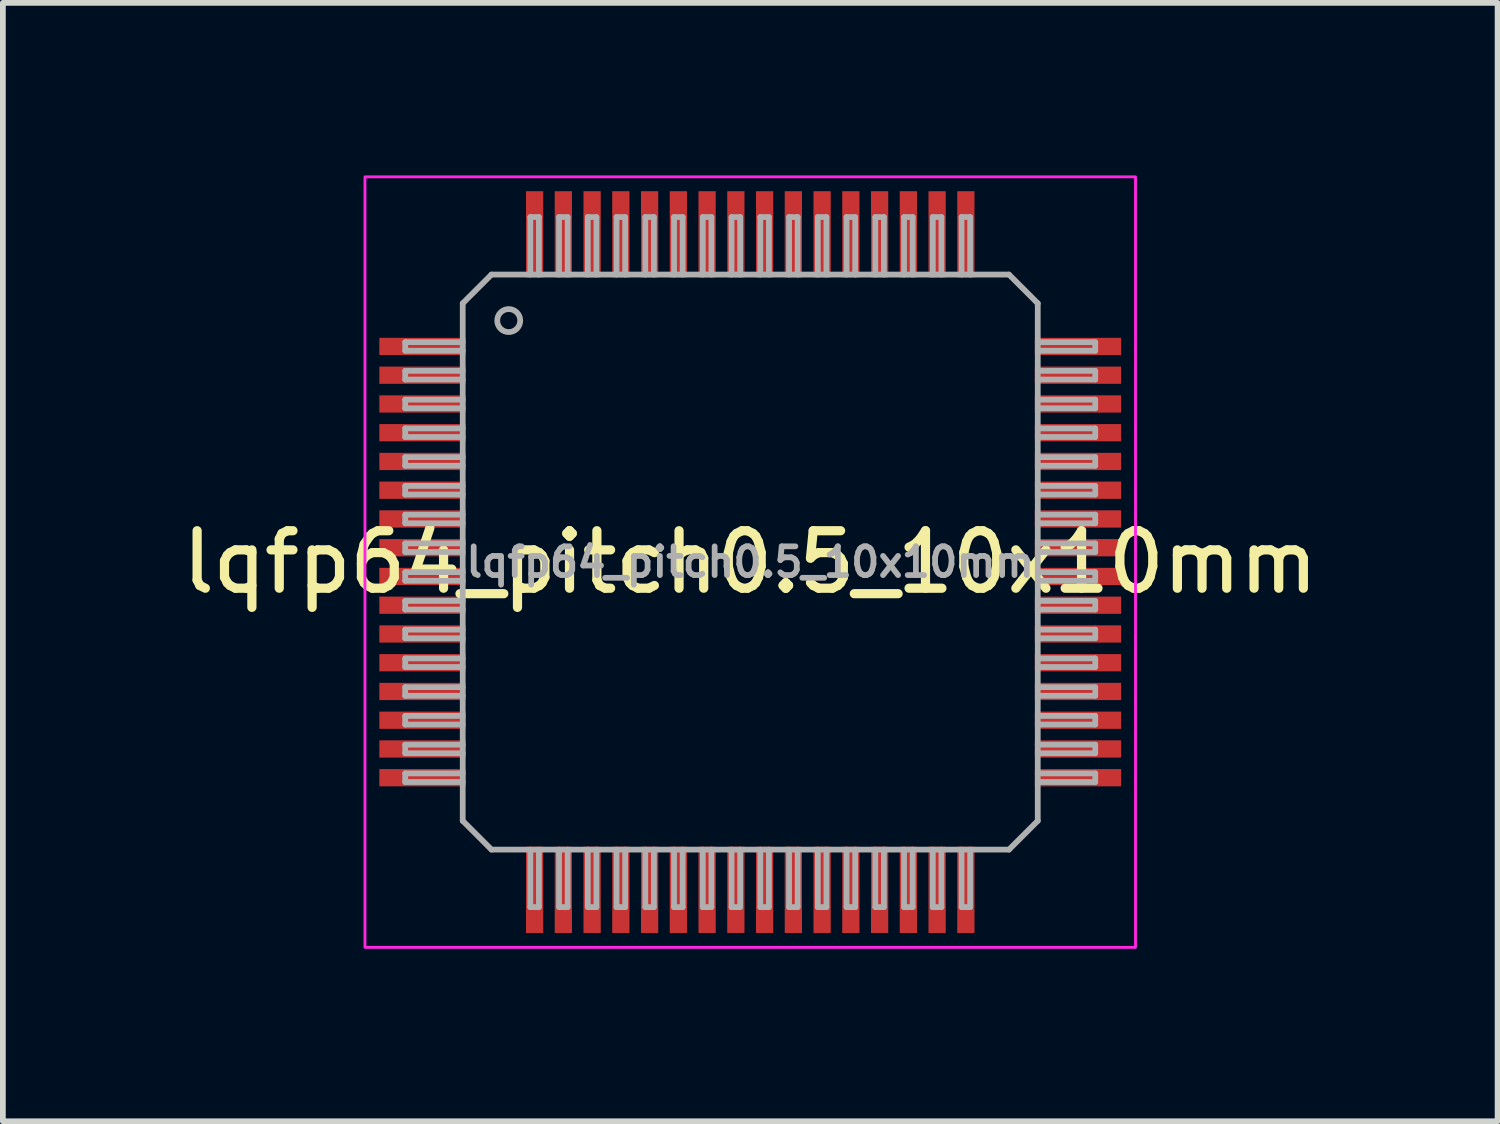
<source format=kicad_pcb>
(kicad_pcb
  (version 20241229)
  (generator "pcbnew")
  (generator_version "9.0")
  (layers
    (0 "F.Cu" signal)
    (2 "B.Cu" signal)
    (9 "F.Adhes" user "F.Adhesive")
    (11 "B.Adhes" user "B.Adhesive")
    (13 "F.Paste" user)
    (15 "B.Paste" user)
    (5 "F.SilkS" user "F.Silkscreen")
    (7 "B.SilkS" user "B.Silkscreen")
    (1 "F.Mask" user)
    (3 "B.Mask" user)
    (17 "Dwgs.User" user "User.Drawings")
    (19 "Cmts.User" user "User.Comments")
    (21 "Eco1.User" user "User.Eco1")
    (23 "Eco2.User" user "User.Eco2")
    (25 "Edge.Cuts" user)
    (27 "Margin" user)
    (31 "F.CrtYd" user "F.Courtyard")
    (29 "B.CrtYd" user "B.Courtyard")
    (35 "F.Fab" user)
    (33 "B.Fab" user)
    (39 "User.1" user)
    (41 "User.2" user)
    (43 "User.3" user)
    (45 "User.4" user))
  (footprint "lqfp64_pitch0.5_10x10mm"
    (layer "F.Cu")
    (at 9.997 6.725)
    (property "Reference" "lqfp64_pitch0.5_10x10mm" (at 0 0 0) (layer "F.SilkS") (effects (font (size 1 1) (thickness 0.16))))
    (attr smd)
    (fp_rect (start -6.5 -3.95) (end -4.9 3.95) (stroke (width 0) (type solid)) (fill yes) (layer "F.Mask"))
    (fp_rect (start -3.95 -6.5) (end 3.95 -4.9) (stroke (width 0) (type solid)) (fill yes) (layer "F.Mask"))
    (fp_rect (start -3.95 4.9) (end 3.95 6.5) (stroke (width 0) (type solid)) (fill yes) (layer "F.Mask"))
    (fp_rect (start 4.9 -3.95) (end 6.5 3.95) (stroke (width 0) (type solid)) (fill yes) (layer "F.Mask"))
    (fp_rect (start -6.7 -6.7) (end 6.7 6.7) (stroke (width 0.05) (type default)) (fill no) (layer "F.CrtYd"))
    (fp_line (start -6 -3.825) (end -6 -3.675) (stroke (width 0.1) (type default)) (layer "F.Fab"))
    (fp_line (start -6 -3.675) (end -5 -3.675) (stroke (width 0.1) (type default)) (layer "F.Fab"))
    (fp_line (start -6 -3.325) (end -6 -3.175) (stroke (width 0.1) (type default)) (layer "F.Fab"))
    (fp_line (start -6 -3.175) (end -5 -3.175) (stroke (width 0.1) (type default)) (layer "F.Fab"))
    (fp_line (start -6 -2.825) (end -6 -2.675) (stroke (width 0.1) (type default)) (layer "F.Fab"))
    (fp_line (start -6 -2.675) (end -5 -2.675) (stroke (width 0.1) (type default)) (layer "F.Fab"))
    (fp_line (start -6 -2.325) (end -6 -2.175) (stroke (width 0.1) (type default)) (layer "F.Fab"))
    (fp_line (start -6 -2.175) (end -5 -2.175) (stroke (width 0.1) (type default)) (layer "F.Fab"))
    (fp_line (start -6 -1.825) (end -6 -1.675) (stroke (width 0.1) (type default)) (layer "F.Fab"))
    (fp_line (start -6 -1.675) (end -5 -1.675) (stroke (width 0.1) (type default)) (layer "F.Fab"))
    (fp_line (start -6 -1.325) (end -6 -1.175) (stroke (width 0.1) (type default)) (layer "F.Fab"))
    (fp_line (start -6 -1.175) (end -5 -1.175) (stroke (width 0.1) (type default)) (layer "F.Fab"))
    (fp_line (start -6 -0.825) (end -6 -0.675) (stroke (width 0.1) (type default)) (layer "F.Fab"))
    (fp_line (start -6 -0.675) (end -5 -0.675) (stroke (width 0.1) (type default)) (layer "F.Fab"))
    (fp_line (start -6 -0.325) (end -6 -0.175) (stroke (width 0.1) (type default)) (layer "F.Fab"))
    (fp_line (start -6 -0.175) (end -5 -0.175) (stroke (width 0.1) (type default)) (layer "F.Fab"))
    (fp_line (start -6 0.175) (end -6 0.325) (stroke (width 0.1) (type default)) (layer "F.Fab"))
    (fp_line (start -6 0.325) (end -5 0.325) (stroke (width 0.1) (type default)) (layer "F.Fab"))
    (fp_line (start -6 0.675) (end -6 0.825) (stroke (width 0.1) (type default)) (layer "F.Fab"))
    (fp_line (start -6 0.825) (end -5 0.825) (stroke (width 0.1) (type default)) (layer "F.Fab"))
    (fp_line (start -6 1.175) (end -6 1.325) (stroke (width 0.1) (type default)) (layer "F.Fab"))
    (fp_line (start -6 1.325) (end -5 1.325) (stroke (width 0.1) (type default)) (layer "F.Fab"))
    (fp_line (start -6 1.675) (end -6 1.825) (stroke (width 0.1) (type default)) (layer "F.Fab"))
    (fp_line (start -6 1.825) (end -5 1.825) (stroke (width 0.1) (type default)) (layer "F.Fab"))
    (fp_line (start -6 2.175) (end -6 2.325) (stroke (width 0.1) (type default)) (layer "F.Fab"))
    (fp_line (start -6 2.325) (end -5 2.325) (stroke (width 0.1) (type default)) (layer "F.Fab"))
    (fp_line (start -6 2.675) (end -6 2.825) (stroke (width 0.1) (type default)) (layer "F.Fab"))
    (fp_line (start -6 2.825) (end -5 2.825) (stroke (width 0.1) (type default)) (layer "F.Fab"))
    (fp_line (start -6 3.175) (end -6 3.325) (stroke (width 0.1) (type default)) (layer "F.Fab"))
    (fp_line (start -6 3.325) (end -5 3.325) (stroke (width 0.1) (type default)) (layer "F.Fab"))
    (fp_line (start -6 3.675) (end -6 3.825) (stroke (width 0.1) (type default)) (layer "F.Fab"))
    (fp_line (start -6 3.825) (end -5 3.825) (stroke (width 0.1) (type default)) (layer "F.Fab"))
    (fp_line (start -5 -4.5) (end -4.5 -5) (stroke (width 0.1) (type default)) (layer "F.Fab"))
    (fp_line (start -5 -3.825) (end -6 -3.825) (stroke (width 0.1) (type default)) (layer "F.Fab"))
    (fp_line (start -5 -3.325) (end -6 -3.325) (stroke (width 0.1) (type default)) (layer "F.Fab"))
    (fp_line (start -5 -2.825) (end -6 -2.825) (stroke (width 0.1) (type default)) (layer "F.Fab"))
    (fp_line (start -5 -2.325) (end -6 -2.325) (stroke (width 0.1) (type default)) (layer "F.Fab"))
    (fp_line (start -5 -1.825) (end -6 -1.825) (stroke (width 0.1) (type default)) (layer "F.Fab"))
    (fp_line (start -5 -1.325) (end -6 -1.325) (stroke (width 0.1) (type default)) (layer "F.Fab"))
    (fp_line (start -5 -0.825) (end -6 -0.825) (stroke (width 0.1) (type default)) (layer "F.Fab"))
    (fp_line (start -5 -0.325) (end -6 -0.325) (stroke (width 0.1) (type default)) (layer "F.Fab"))
    (fp_line (start -5 0.175) (end -6 0.175) (stroke (width 0.1) (type default)) (layer "F.Fab"))
    (fp_line (start -5 0.675) (end -6 0.675) (stroke (width 0.1) (type default)) (layer "F.Fab"))
    (fp_line (start -5 1.175) (end -6 1.175) (stroke (width 0.1) (type default)) (layer "F.Fab"))
    (fp_line (start -5 1.675) (end -6 1.675) (stroke (width 0.1) (type default)) (layer "F.Fab"))
    (fp_line (start -5 2.175) (end -6 2.175) (stroke (width 0.1) (type default)) (layer "F.Fab"))
    (fp_line (start -5 2.675) (end -6 2.675) (stroke (width 0.1) (type default)) (layer "F.Fab"))
    (fp_line (start -5 3.175) (end -6 3.175) (stroke (width 0.1) (type default)) (layer "F.Fab"))
    (fp_line (start -5 3.675) (end -6 3.675) (stroke (width 0.1) (type default)) (layer "F.Fab"))
    (fp_line (start -5 4.5) (end -5 -4.5) (stroke (width 0.1) (type default)) (layer "F.Fab"))
    (fp_line (start -4.5 -5) (end 4.5 -5) (stroke (width 0.1) (type default)) (layer "F.Fab"))
    (fp_line (start -4.5 5) (end -5 4.5) (stroke (width 0.1) (type default)) (layer "F.Fab"))
    (fp_line (start -3.825 -6) (end -3.825 -5) (stroke (width 0.1) (type default)) (layer "F.Fab"))
    (fp_line (start -3.825 5) (end -3.825 6) (stroke (width 0.1) (type default)) (layer "F.Fab"))
    (fp_line (start -3.825 6) (end -3.675 6) (stroke (width 0.1) (type default)) (layer "F.Fab"))
    (fp_line (start -3.675 -6) (end -3.825 -6) (stroke (width 0.1) (type default)) (layer "F.Fab"))
    (fp_line (start -3.675 -5) (end -3.675 -6) (stroke (width 0.1) (type default)) (layer "F.Fab"))
    (fp_line (start -3.675 6) (end -3.675 5) (stroke (width 0.1) (type default)) (layer "F.Fab"))
    (fp_line (start -3.325 -6) (end -3.325 -5) (stroke (width 0.1) (type default)) (layer "F.Fab"))
    (fp_line (start -3.325 5) (end -3.325 6) (stroke (width 0.1) (type default)) (layer "F.Fab"))
    (fp_line (start -3.325 6) (end -3.175 6) (stroke (width 0.1) (type default)) (layer "F.Fab"))
    (fp_line (start -3.175 -6) (end -3.325 -6) (stroke (width 0.1) (type default)) (layer "F.Fab"))
    (fp_line (start -3.175 -5) (end -3.175 -6) (stroke (width 0.1) (type default)) (layer "F.Fab"))
    (fp_line (start -3.175 6) (end -3.175 5) (stroke (width 0.1) (type default)) (layer "F.Fab"))
    (fp_line (start -2.825 -6) (end -2.825 -5) (stroke (width 0.1) (type default)) (layer "F.Fab"))
    (fp_line (start -2.825 5) (end -2.825 6) (stroke (width 0.1) (type default)) (layer "F.Fab"))
    (fp_line (start -2.825 6) (end -2.675 6) (stroke (width 0.1) (type default)) (layer "F.Fab"))
    (fp_line (start -2.675 -6) (end -2.825 -6) (stroke (width 0.1) (type default)) (layer "F.Fab"))
    (fp_line (start -2.675 -5) (end -2.675 -6) (stroke (width 0.1) (type default)) (layer "F.Fab"))
    (fp_line (start -2.675 6) (end -2.675 5) (stroke (width 0.1) (type default)) (layer "F.Fab"))
    (fp_line (start -2.325 -6) (end -2.325 -5) (stroke (width 0.1) (type default)) (layer "F.Fab"))
    (fp_line (start -2.325 5) (end -2.325 6) (stroke (width 0.1) (type default)) (layer "F.Fab"))
    (fp_line (start -2.325 6) (end -2.175 6) (stroke (width 0.1) (type default)) (layer "F.Fab"))
    (fp_line (start -2.175 -6) (end -2.325 -6) (stroke (width 0.1) (type default)) (layer "F.Fab"))
    (fp_line (start -2.175 -5) (end -2.175 -6) (stroke (width 0.1) (type default)) (layer "F.Fab"))
    (fp_line (start -2.175 6) (end -2.175 5) (stroke (width 0.1) (type default)) (layer "F.Fab"))
    (fp_line (start -1.825 -6) (end -1.825 -5) (stroke (width 0.1) (type default)) (layer "F.Fab"))
    (fp_line (start -1.825 5) (end -1.825 6) (stroke (width 0.1) (type default)) (layer "F.Fab"))
    (fp_line (start -1.825 6) (end -1.675 6) (stroke (width 0.1) (type default)) (layer "F.Fab"))
    (fp_line (start -1.675 -6) (end -1.825 -6) (stroke (width 0.1) (type default)) (layer "F.Fab"))
    (fp_line (start -1.675 -5) (end -1.675 -6) (stroke (width 0.1) (type default)) (layer "F.Fab"))
    (fp_line (start -1.675 6) (end -1.675 5) (stroke (width 0.1) (type default)) (layer "F.Fab"))
    (fp_line (start -1.325 -6) (end -1.325 -5) (stroke (width 0.1) (type default)) (layer "F.Fab"))
    (fp_line (start -1.325 5) (end -1.325 6) (stroke (width 0.1) (type default)) (layer "F.Fab"))
    (fp_line (start -1.325 6) (end -1.175 6) (stroke (width 0.1) (type default)) (layer "F.Fab"))
    (fp_line (start -1.175 -6) (end -1.325 -6) (stroke (width 0.1) (type default)) (layer "F.Fab"))
    (fp_line (start -1.175 -5) (end -1.175 -6) (stroke (width 0.1) (type default)) (layer "F.Fab"))
    (fp_line (start -1.175 6) (end -1.175 5) (stroke (width 0.1) (type default)) (layer "F.Fab"))
    (fp_line (start -0.825 -6) (end -0.825 -5) (stroke (width 0.1) (type default)) (layer "F.Fab"))
    (fp_line (start -0.825 5) (end -0.825 6) (stroke (width 0.1) (type default)) (layer "F.Fab"))
    (fp_line (start -0.825 6) (end -0.675 6) (stroke (width 0.1) (type default)) (layer "F.Fab"))
    (fp_line (start -0.675 -6) (end -0.825 -6) (stroke (width 0.1) (type default)) (layer "F.Fab"))
    (fp_line (start -0.675 -5) (end -0.675 -6) (stroke (width 0.1) (type default)) (layer "F.Fab"))
    (fp_line (start -0.675 6) (end -0.675 5) (stroke (width 0.1) (type default)) (layer "F.Fab"))
    (fp_line (start -0.325 -6) (end -0.325 -5) (stroke (width 0.1) (type default)) (layer "F.Fab"))
    (fp_line (start -0.325 5) (end -0.325 6) (stroke (width 0.1) (type default)) (layer "F.Fab"))
    (fp_line (start -0.325 6) (end -0.175 6) (stroke (width 0.1) (type default)) (layer "F.Fab"))
    (fp_line (start -0.175 -6) (end -0.325 -6) (stroke (width 0.1) (type default)) (layer "F.Fab"))
    (fp_line (start -0.175 -5) (end -0.175 -6) (stroke (width 0.1) (type default)) (layer "F.Fab"))
    (fp_line (start -0.175 6) (end -0.175 5) (stroke (width 0.1) (type default)) (layer "F.Fab"))
    (fp_line (start 0.175 -6) (end 0.175 -5) (stroke (width 0.1) (type default)) (layer "F.Fab"))
    (fp_line (start 0.175 5) (end 0.175 6) (stroke (width 0.1) (type default)) (layer "F.Fab"))
    (fp_line (start 0.175 6) (end 0.325 6) (stroke (width 0.1) (type default)) (layer "F.Fab"))
    (fp_line (start 0.325 -6) (end 0.175 -6) (stroke (width 0.1) (type default)) (layer "F.Fab"))
    (fp_line (start 0.325 -5) (end 0.325 -6) (stroke (width 0.1) (type default)) (layer "F.Fab"))
    (fp_line (start 0.325 6) (end 0.325 5) (stroke (width 0.1) (type default)) (layer "F.Fab"))
    (fp_line (start 0.675 -6) (end 0.675 -5) (stroke (width 0.1) (type default)) (layer "F.Fab"))
    (fp_line (start 0.675 5) (end 0.675 6) (stroke (width 0.1) (type default)) (layer "F.Fab"))
    (fp_line (start 0.675 6) (end 0.825 6) (stroke (width 0.1) (type default)) (layer "F.Fab"))
    (fp_line (start 0.825 -6) (end 0.675 -6) (stroke (width 0.1) (type default)) (layer "F.Fab"))
    (fp_line (start 0.825 -5) (end 0.825 -6) (stroke (width 0.1) (type default)) (layer "F.Fab"))
    (fp_line (start 0.825 6) (end 0.825 5) (stroke (width 0.1) (type default)) (layer "F.Fab"))
    (fp_line (start 1.175 -6) (end 1.175 -5) (stroke (width 0.1) (type default)) (layer "F.Fab"))
    (fp_line (start 1.175 5) (end 1.175 6) (stroke (width 0.1) (type default)) (layer "F.Fab"))
    (fp_line (start 1.175 6) (end 1.325 6) (stroke (width 0.1) (type default)) (layer "F.Fab"))
    (fp_line (start 1.325 -6) (end 1.175 -6) (stroke (width 0.1) (type default)) (layer "F.Fab"))
    (fp_line (start 1.325 -5) (end 1.325 -6) (stroke (width 0.1) (type default)) (layer "F.Fab"))
    (fp_line (start 1.325 6) (end 1.325 5) (stroke (width 0.1) (type default)) (layer "F.Fab"))
    (fp_line (start 1.675 -6) (end 1.675 -5) (stroke (width 0.1) (type default)) (layer "F.Fab"))
    (fp_line (start 1.675 5) (end 1.675 6) (stroke (width 0.1) (type default)) (layer "F.Fab"))
    (fp_line (start 1.675 6) (end 1.825 6) (stroke (width 0.1) (type default)) (layer "F.Fab"))
    (fp_line (start 1.825 -6) (end 1.675 -6) (stroke (width 0.1) (type default)) (layer "F.Fab"))
    (fp_line (start 1.825 -5) (end 1.825 -6) (stroke (width 0.1) (type default)) (layer "F.Fab"))
    (fp_line (start 1.825 6) (end 1.825 5) (stroke (width 0.1) (type default)) (layer "F.Fab"))
    (fp_line (start 2.175 -6) (end 2.175 -5) (stroke (width 0.1) (type default)) (layer "F.Fab"))
    (fp_line (start 2.175 5) (end 2.175 6) (stroke (width 0.1) (type default)) (layer "F.Fab"))
    (fp_line (start 2.175 6) (end 2.325 6) (stroke (width 0.1) (type default)) (layer "F.Fab"))
    (fp_line (start 2.325 -6) (end 2.175 -6) (stroke (width 0.1) (type default)) (layer "F.Fab"))
    (fp_line (start 2.325 -5) (end 2.325 -6) (stroke (width 0.1) (type default)) (layer "F.Fab"))
    (fp_line (start 2.325 6) (end 2.325 5) (stroke (width 0.1) (type default)) (layer "F.Fab"))
    (fp_line (start 2.675 -6) (end 2.675 -5) (stroke (width 0.1) (type default)) (layer "F.Fab"))
    (fp_line (start 2.675 5) (end 2.675 6) (stroke (width 0.1) (type default)) (layer "F.Fab"))
    (fp_line (start 2.675 6) (end 2.825 6) (stroke (width 0.1) (type default)) (layer "F.Fab"))
    (fp_line (start 2.825 -6) (end 2.675 -6) (stroke (width 0.1) (type default)) (layer "F.Fab"))
    (fp_line (start 2.825 -5) (end 2.825 -6) (stroke (width 0.1) (type default)) (layer "F.Fab"))
    (fp_line (start 2.825 6) (end 2.825 5) (stroke (width 0.1) (type default)) (layer "F.Fab"))
    (fp_line (start 3.175 -6) (end 3.175 -5) (stroke (width 0.1) (type default)) (layer "F.Fab"))
    (fp_line (start 3.175 5) (end 3.175 6) (stroke (width 0.1) (type default)) (layer "F.Fab"))
    (fp_line (start 3.175 6) (end 3.325 6) (stroke (width 0.1) (type default)) (layer "F.Fab"))
    (fp_line (start 3.325 -6) (end 3.175 -6) (stroke (width 0.1) (type default)) (layer "F.Fab"))
    (fp_line (start 3.325 -5) (end 3.325 -6) (stroke (width 0.1) (type default)) (layer "F.Fab"))
    (fp_line (start 3.325 6) (end 3.325 5) (stroke (width 0.1) (type default)) (layer "F.Fab"))
    (fp_line (start 3.675 -6) (end 3.675 -5) (stroke (width 0.1) (type default)) (layer "F.Fab"))
    (fp_line (start 3.675 5) (end 3.675 6) (stroke (width 0.1) (type default)) (layer "F.Fab"))
    (fp_line (start 3.675 6) (end 3.825 6) (stroke (width 0.1) (type default)) (layer "F.Fab"))
    (fp_line (start 3.825 -6) (end 3.675 -6) (stroke (width 0.1) (type default)) (layer "F.Fab"))
    (fp_line (start 3.825 -5) (end 3.825 -6) (stroke (width 0.1) (type default)) (layer "F.Fab"))
    (fp_line (start 3.825 6) (end 3.825 5) (stroke (width 0.1) (type default)) (layer "F.Fab"))
    (fp_line (start 4.5 -5) (end 5 -4.5) (stroke (width 0.1) (type default)) (layer "F.Fab"))
    (fp_line (start 4.5 5) (end -4.5 5) (stroke (width 0.1) (type default)) (layer "F.Fab"))
    (fp_line (start 5 -4.5) (end 5 4.5) (stroke (width 0.1) (type default)) (layer "F.Fab"))
    (fp_line (start 5 -3.675) (end 6 -3.675) (stroke (width 0.1) (type default)) (layer "F.Fab"))
    (fp_line (start 5 -3.175) (end 6 -3.175) (stroke (width 0.1) (type default)) (layer "F.Fab"))
    (fp_line (start 5 -2.675) (end 6 -2.675) (stroke (width 0.1) (type default)) (layer "F.Fab"))
    (fp_line (start 5 -2.175) (end 6 -2.175) (stroke (width 0.1) (type default)) (layer "F.Fab"))
    (fp_line (start 5 -1.675) (end 6 -1.675) (stroke (width 0.1) (type default)) (layer "F.Fab"))
    (fp_line (start 5 -1.175) (end 6 -1.175) (stroke (width 0.1) (type default)) (layer "F.Fab"))
    (fp_line (start 5 -0.675) (end 6 -0.675) (stroke (width 0.1) (type default)) (layer "F.Fab"))
    (fp_line (start 5 -0.175) (end 6 -0.175) (stroke (width 0.1) (type default)) (layer "F.Fab"))
    (fp_line (start 5 0.325) (end 6 0.325) (stroke (width 0.1) (type default)) (layer "F.Fab"))
    (fp_line (start 5 0.825) (end 6 0.825) (stroke (width 0.1) (type default)) (layer "F.Fab"))
    (fp_line (start 5 1.325) (end 6 1.325) (stroke (width 0.1) (type default)) (layer "F.Fab"))
    (fp_line (start 5 1.825) (end 6 1.825) (stroke (width 0.1) (type default)) (layer "F.Fab"))
    (fp_line (start 5 2.325) (end 6 2.325) (stroke (width 0.1) (type default)) (layer "F.Fab"))
    (fp_line (start 5 2.825) (end 6 2.825) (stroke (width 0.1) (type default)) (layer "F.Fab"))
    (fp_line (start 5 3.325) (end 6 3.325) (stroke (width 0.1) (type default)) (layer "F.Fab"))
    (fp_line (start 5 3.825) (end 6 3.825) (stroke (width 0.1) (type default)) (layer "F.Fab"))
    (fp_line (start 5 4.5) (end 4.5 5) (stroke (width 0.1) (type default)) (layer "F.Fab"))
    (fp_line (start 6 -3.825) (end 5 -3.825) (stroke (width 0.1) (type default)) (layer "F.Fab"))
    (fp_line (start 6 -3.675) (end 6 -3.825) (stroke (width 0.1) (type default)) (layer "F.Fab"))
    (fp_line (start 6 -3.325) (end 5 -3.325) (stroke (width 0.1) (type default)) (layer "F.Fab"))
    (fp_line (start 6 -3.175) (end 6 -3.325) (stroke (width 0.1) (type default)) (layer "F.Fab"))
    (fp_line (start 6 -2.825) (end 5 -2.825) (stroke (width 0.1) (type default)) (layer "F.Fab"))
    (fp_line (start 6 -2.675) (end 6 -2.825) (stroke (width 0.1) (type default)) (layer "F.Fab"))
    (fp_line (start 6 -2.325) (end 5 -2.325) (stroke (width 0.1) (type default)) (layer "F.Fab"))
    (fp_line (start 6 -2.175) (end 6 -2.325) (stroke (width 0.1) (type default)) (layer "F.Fab"))
    (fp_line (start 6 -1.825) (end 5 -1.825) (stroke (width 0.1) (type default)) (layer "F.Fab"))
    (fp_line (start 6 -1.675) (end 6 -1.825) (stroke (width 0.1) (type default)) (layer "F.Fab"))
    (fp_line (start 6 -1.325) (end 5 -1.325) (stroke (width 0.1) (type default)) (layer "F.Fab"))
    (fp_line (start 6 -1.175) (end 6 -1.325) (stroke (width 0.1) (type default)) (layer "F.Fab"))
    (fp_line (start 6 -0.825) (end 5 -0.825) (stroke (width 0.1) (type default)) (layer "F.Fab"))
    (fp_line (start 6 -0.675) (end 6 -0.825) (stroke (width 0.1) (type default)) (layer "F.Fab"))
    (fp_line (start 6 -0.325) (end 5 -0.325) (stroke (width 0.1) (type default)) (layer "F.Fab"))
    (fp_line (start 6 -0.175) (end 6 -0.325) (stroke (width 0.1) (type default)) (layer "F.Fab"))
    (fp_line (start 6 0.175) (end 5 0.175) (stroke (width 0.1) (type default)) (layer "F.Fab"))
    (fp_line (start 6 0.325) (end 6 0.175) (stroke (width 0.1) (type default)) (layer "F.Fab"))
    (fp_line (start 6 0.675) (end 5 0.675) (stroke (width 0.1) (type default)) (layer "F.Fab"))
    (fp_line (start 6 0.825) (end 6 0.675) (stroke (width 0.1) (type default)) (layer "F.Fab"))
    (fp_line (start 6 1.175) (end 5 1.175) (stroke (width 0.1) (type default)) (layer "F.Fab"))
    (fp_line (start 6 1.325) (end 6 1.175) (stroke (width 0.1) (type default)) (layer "F.Fab"))
    (fp_line (start 6 1.675) (end 5 1.675) (stroke (width 0.1) (type default)) (layer "F.Fab"))
    (fp_line (start 6 1.825) (end 6 1.675) (stroke (width 0.1) (type default)) (layer "F.Fab"))
    (fp_line (start 6 2.175) (end 5 2.175) (stroke (width 0.1) (type default)) (layer "F.Fab"))
    (fp_line (start 6 2.325) (end 6 2.175) (stroke (width 0.1) (type default)) (layer "F.Fab"))
    (fp_line (start 6 2.675) (end 5 2.675) (stroke (width 0.1) (type default)) (layer "F.Fab"))
    (fp_line (start 6 2.825) (end 6 2.675) (stroke (width 0.1) (type default)) (layer "F.Fab"))
    (fp_line (start 6 3.175) (end 5 3.175) (stroke (width 0.1) (type default)) (layer "F.Fab"))
    (fp_line (start 6 3.325) (end 6 3.175) (stroke (width 0.1) (type default)) (layer "F.Fab"))
    (fp_line (start 6 3.675) (end 5 3.675) (stroke (width 0.1) (type default)) (layer "F.Fab"))
    (fp_line (start 6 3.825) (end 6 3.675) (stroke (width 0.1) (type default)) (layer "F.Fab"))
    (fp_circle (center -4.2 -4.2) (end -4 -4.2) (stroke (width 0.1) (type default)) (fill no) (layer "F.Fab"))
    (fp_text user "${REFERENCE}" (at 0 0 0) (layer "F.Fab") (effects (font (size 0.5 0.5) (thickness 0.1))))
    (pad "1" smd rect (at -5.7 -3.75) (size 1.5 0.3) (layers "F.Cu" "F.Paste"))
    (pad "2" smd rect (at -5.7 -3.25) (size 1.5 0.3) (layers "F.Cu" "F.Paste"))
    (pad "3" smd rect (at -5.7 -2.75) (size 1.5 0.3) (layers "F.Cu" "F.Paste"))
    (pad "4" smd rect (at -5.7 -2.25) (size 1.5 0.3) (layers "F.Cu" "F.Paste"))
    (pad "5" smd rect (at -5.7 -1.75) (size 1.5 0.3) (layers "F.Cu" "F.Paste"))
    (pad "6" smd rect (at -5.7 -1.25) (size 1.5 0.3) (layers "F.Cu" "F.Paste"))
    (pad "7" smd rect (at -5.7 -0.75) (size 1.5 0.3) (layers "F.Cu" "F.Paste"))
    (pad "8" smd rect (at -5.7 -0.25) (size 1.5 0.3) (layers "F.Cu" "F.Paste"))
    (pad "9" smd rect (at -5.7 0.25) (size 1.5 0.3) (layers "F.Cu" "F.Paste"))
    (pad "10" smd rect (at -5.7 0.75) (size 1.5 0.3) (layers "F.Cu" "F.Paste"))
    (pad "11" smd rect (at -5.7 1.25) (size 1.5 0.3) (layers "F.Cu" "F.Paste"))
    (pad "12" smd rect (at -5.7 1.75) (size 1.5 0.3) (layers "F.Cu" "F.Paste"))
    (pad "13" smd rect (at -5.7 2.25) (size 1.5 0.3) (layers "F.Cu" "F.Paste"))
    (pad "14" smd rect (at -5.7 2.75) (size 1.5 0.3) (layers "F.Cu" "F.Paste"))
    (pad "15" smd rect (at -5.7 3.25) (size 1.5 0.3) (layers "F.Cu" "F.Paste"))
    (pad "16" smd rect (at -5.7 3.75) (size 1.5 0.3) (layers "F.Cu" "F.Paste"))
    (pad "17" smd rect (at -3.75 5.7 90) (size 1.5 0.3) (layers "F.Cu" "F.Paste"))
    (pad "18" smd rect (at -3.25 5.7 90) (size 1.5 0.3) (layers "F.Cu" "F.Paste"))
    (pad "19" smd rect (at -2.75 5.7 90) (size 1.5 0.3) (layers "F.Cu" "F.Paste"))
    (pad "20" smd rect (at -2.25 5.7 90) (size 1.5 0.3) (layers "F.Cu" "F.Paste"))
    (pad "21" smd rect (at -1.75 5.7 90) (size 1.5 0.3) (layers "F.Cu" "F.Paste"))
    (pad "22" smd rect (at -1.25 5.7 90) (size 1.5 0.3) (layers "F.Cu" "F.Paste"))
    (pad "23" smd rect (at -0.75 5.7 90) (size 1.5 0.3) (layers "F.Cu" "F.Paste"))
    (pad "24" smd rect (at -0.25 5.7 90) (size 1.5 0.3) (layers "F.Cu" "F.Paste"))
    (pad "25" smd rect (at 0.25 5.7 90) (size 1.5 0.3) (layers "F.Cu" "F.Paste"))
    (pad "26" smd rect (at 0.75 5.7 90) (size 1.5 0.3) (layers "F.Cu" "F.Paste"))
    (pad "27" smd rect (at 1.25 5.7 90) (size 1.5 0.3) (layers "F.Cu" "F.Paste"))
    (pad "28" smd rect (at 1.75 5.7 90) (size 1.5 0.3) (layers "F.Cu" "F.Paste"))
    (pad "29" smd rect (at 2.25 5.7 90) (size 1.5 0.3) (layers "F.Cu" "F.Paste"))
    (pad "30" smd rect (at 2.75 5.7 90) (size 1.5 0.3) (layers "F.Cu" "F.Paste"))
    (pad "31" smd rect (at 3.25 5.7 90) (size 1.5 0.3) (layers "F.Cu" "F.Paste"))
    (pad "32" smd rect (at 3.75 5.7 90) (size 1.5 0.3) (layers "F.Cu" "F.Paste"))
    (pad "33" smd rect (at 5.7 3.75) (size 1.5 0.3) (layers "F.Cu" "F.Paste"))
    (pad "34" smd rect (at 5.7 3.25) (size 1.5 0.3) (layers "F.Cu" "F.Paste"))
    (pad "35" smd rect (at 5.7 2.75) (size 1.5 0.3) (layers "F.Cu" "F.Paste"))
    (pad "36" smd rect (at 5.7 2.25) (size 1.5 0.3) (layers "F.Cu" "F.Paste"))
    (pad "37" smd rect (at 5.7 1.75) (size 1.5 0.3) (layers "F.Cu" "F.Paste"))
    (pad "38" smd rect (at 5.7 1.25) (size 1.5 0.3) (layers "F.Cu" "F.Paste"))
    (pad "39" smd rect (at 5.7 0.75) (size 1.5 0.3) (layers "F.Cu" "F.Paste"))
    (pad "40" smd rect (at 5.7 0.25) (size 1.5 0.3) (layers "F.Cu" "F.Paste"))
    (pad "41" smd rect (at 5.7 -0.25) (size 1.5 0.3) (layers "F.Cu" "F.Paste"))
    (pad "42" smd rect (at 5.7 -0.75) (size 1.5 0.3) (layers "F.Cu" "F.Paste"))
    (pad "43" smd rect (at 5.7 -1.25) (size 1.5 0.3) (layers "F.Cu" "F.Paste"))
    (pad "44" smd rect (at 5.7 -1.75) (size 1.5 0.3) (layers "F.Cu" "F.Paste"))
    (pad "45" smd rect (at 5.7 -2.25) (size 1.5 0.3) (layers "F.Cu" "F.Paste"))
    (pad "46" smd rect (at 5.7 -2.75) (size 1.5 0.3) (layers "F.Cu" "F.Paste"))
    (pad "47" smd rect (at 5.7 -3.25) (size 1.5 0.3) (layers "F.Cu" "F.Paste"))
    (pad "48" smd rect (at 5.7 -3.75) (size 1.5 0.3) (layers "F.Cu" "F.Paste"))
    (pad "49" smd rect (at 3.75 -5.7 90) (size 1.5 0.3) (layers "F.Cu" "F.Paste"))
    (pad "50" smd rect (at 3.25 -5.7 90) (size 1.5 0.3) (layers "F.Cu" "F.Paste"))
    (pad "51" smd rect (at 2.75 -5.7 90) (size 1.5 0.3) (layers "F.Cu" "F.Paste"))
    (pad "52" smd rect (at 2.25 -5.7 90) (size 1.5 0.3) (layers "F.Cu" "F.Paste"))
    (pad "53" smd rect (at 1.75 -5.7 90) (size 1.5 0.3) (layers "F.Cu" "F.Paste"))
    (pad "54" smd rect (at 1.25 -5.7 90) (size 1.5 0.3) (layers "F.Cu" "F.Paste"))
    (pad "55" smd rect (at 0.75 -5.7 90) (size 1.5 0.3) (layers "F.Cu" "F.Paste"))
    (pad "56" smd rect (at 0.25 -5.7 90) (size 1.5 0.3) (layers "F.Cu" "F.Paste"))
    (pad "57" smd rect (at -0.25 -5.7 90) (size 1.5 0.3) (layers "F.Cu" "F.Paste"))
    (pad "58" smd rect (at -0.75 -5.7 90) (size 1.5 0.3) (layers "F.Cu" "F.Paste"))
    (pad "59" smd rect (at -1.25 -5.7 90) (size 1.5 0.3) (layers "F.Cu" "F.Paste"))
    (pad "60" smd rect (at -1.75 -5.7 90) (size 1.5 0.3) (layers "F.Cu" "F.Paste"))
    (pad "61" smd rect (at -2.25 -5.7 90) (size 1.5 0.3) (layers "F.Cu" "F.Paste"))
    (pad "62" smd rect (at -2.75 -5.7 90) (size 1.5 0.3) (layers "F.Cu" "F.Paste"))
    (pad "63" smd rect (at -3.25 -5.7 90) (size 1.5 0.3) (layers "F.Cu" "F.Paste"))
    (pad "64" smd rect (at -3.75 -5.7 90) (size 1.5 0.3) (layers "F.Cu" "F.Paste")))
  (gr_rect
    (start -3 -3)
    (end 22.994 16.45)
    (stroke (width 0.1) (type default))
    (fill no)
    (layer "Edge.Cuts")))
</source>
